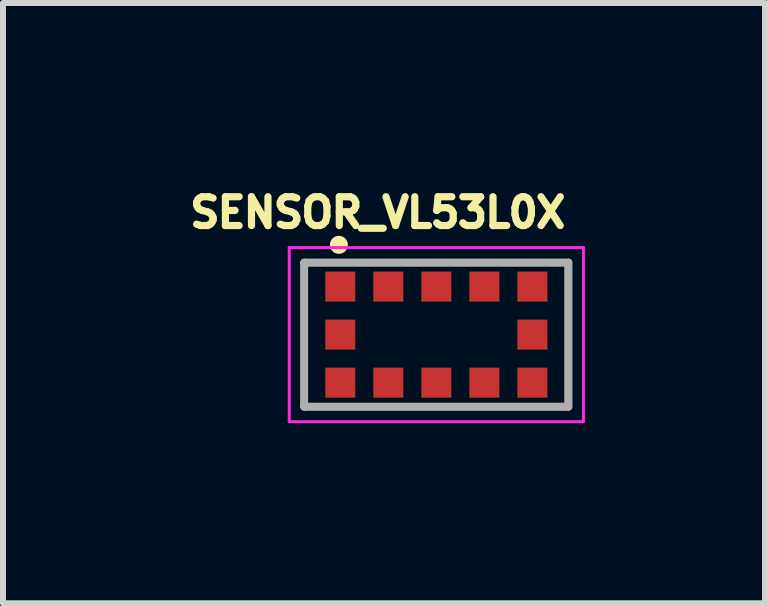
<source format=kicad_pcb>
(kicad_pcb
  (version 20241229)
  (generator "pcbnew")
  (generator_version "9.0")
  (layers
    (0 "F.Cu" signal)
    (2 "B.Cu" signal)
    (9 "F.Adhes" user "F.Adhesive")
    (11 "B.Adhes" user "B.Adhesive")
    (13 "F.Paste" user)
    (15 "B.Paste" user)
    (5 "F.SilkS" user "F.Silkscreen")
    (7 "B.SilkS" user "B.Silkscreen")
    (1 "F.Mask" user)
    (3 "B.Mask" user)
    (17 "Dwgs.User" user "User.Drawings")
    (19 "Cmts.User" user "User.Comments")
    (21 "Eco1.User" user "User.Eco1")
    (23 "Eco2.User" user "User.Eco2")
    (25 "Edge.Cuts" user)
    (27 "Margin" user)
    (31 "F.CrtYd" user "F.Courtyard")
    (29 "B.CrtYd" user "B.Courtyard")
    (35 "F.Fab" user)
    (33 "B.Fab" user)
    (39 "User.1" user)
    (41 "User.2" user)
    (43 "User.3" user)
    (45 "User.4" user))
  (footprint "SENSOR_VL53L0X"
    (layer "F.Cu")
    (at 4.218 2.524)
    (property "Reference" "SENSOR_VL53L0X" (at -0.976 -2.033 0) (layer "F.SilkS") (effects (font (size 0.48 0.48) (thickness 0.15))))
    (attr smd)
    (fp_line (start -2.2 -1.2) (end -2.2 1.2) (stroke (width 0.127) (type solid)) (layer "F.SilkS"))
    (fp_line (start -2.2 1.2) (end 2.2 1.2) (stroke (width 0.127) (type solid)) (layer "F.SilkS"))
    (fp_line (start 2.2 -1.2) (end -2.2 -1.2) (stroke (width 0.127) (type solid)) (layer "F.SilkS"))
    (fp_line (start 2.2 1.2) (end 2.2 -1.2) (stroke (width 0.127) (type solid)) (layer "F.SilkS"))
    (fp_circle (center -1.623 -1.496) (end -1.548 -1.496) (stroke (width 0.15) (type solid)) (fill no) (layer "F.SilkS"))
    (fp_line (start -2.45 -1.45) (end -2.45 1.45) (stroke (width 0.05) (type solid)) (layer "F.CrtYd"))
    (fp_line (start -2.45 1.45) (end 2.45 1.45) (stroke (width 0.05) (type solid)) (layer "F.CrtYd"))
    (fp_line (start 2.45 -1.45) (end -2.45 -1.45) (stroke (width 0.05) (type solid)) (layer "F.CrtYd"))
    (fp_line (start 2.45 1.45) (end 2.45 -1.45) (stroke (width 0.05) (type solid)) (layer "F.CrtYd"))
    (fp_line (start -2.2 -1.2) (end -2.2 1.2) (stroke (width 0.127) (type solid)) (layer "F.Fab"))
    (fp_line (start -2.2 1.2) (end 2.2 1.2) (stroke (width 0.127) (type solid)) (layer "F.Fab"))
    (fp_line (start 2.2 -1.2) (end -2.2 -1.2) (stroke (width 0.127) (type solid)) (layer "F.Fab"))
    (fp_line (start 2.2 1.2) (end 2.2 -1.2) (stroke (width 0.127) (type solid)) (layer "F.Fab"))
    (pad "1" smd rect (at -1.6 -0.8 180) (size 0.5 0.5) (layers "F.Cu" "F.Mask" "F.Paste"))
    (pad "2" smd rect (at -0.8 -0.8 180) (size 0.5 0.5) (layers "F.Cu" "F.Mask" "F.Paste"))
    (pad "3" smd rect (at 0 -0.8 180) (size 0.5 0.5) (layers "F.Cu" "F.Mask" "F.Paste"))
    (pad "4" smd rect (at 0.8 -0.8 180) (size 0.5 0.5) (layers "F.Cu" "F.Mask" "F.Paste"))
    (pad "5" smd rect (at 1.6 -0.8 180) (size 0.5 0.5) (layers "F.Cu" "F.Mask" "F.Paste"))
    (pad "6" smd rect (at 1.6 0 180) (size 0.5 0.5) (layers "F.Cu" "F.Mask" "F.Paste"))
    (pad "7" smd rect (at 1.6 0.8 180) (size 0.5 0.5) (layers "F.Cu" "F.Mask" "F.Paste"))
    (pad "8" smd rect (at 0.8 0.8 180) (size 0.5 0.5) (layers "F.Cu" "F.Mask" "F.Paste"))
    (pad "9" smd rect (at 0 0.8 180) (size 0.5 0.5) (layers "F.Cu" "F.Mask" "F.Paste"))
    (pad "10" smd rect (at -0.8 0.8 180) (size 0.5 0.5) (layers "F.Cu" "F.Mask" "F.Paste"))
    (pad "11" smd rect (at -1.6 0.8 180) (size 0.5 0.5) (layers "F.Cu" "F.Mask" "F.Paste"))
    (pad "12" smd rect (at -1.6 0 180) (size 0.5 0.5) (layers "F.Cu" "F.Mask" "F.Paste")))
  (gr_rect
    (start -3 -3)
    (end 9.693 6.999)
    (stroke (width 0.1) (type default))
    (fill no)
    (layer "Edge.Cuts")))
</source>
